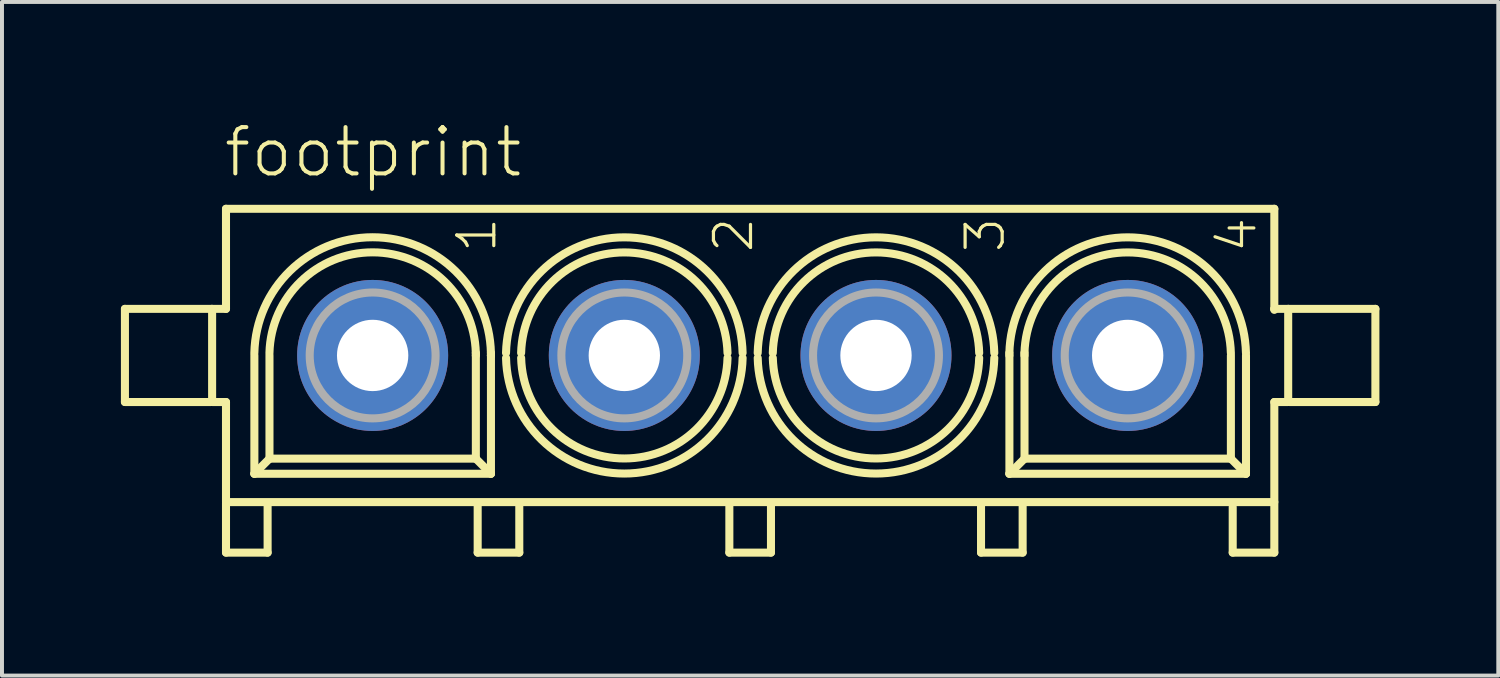
<source format=kicad_pcb>
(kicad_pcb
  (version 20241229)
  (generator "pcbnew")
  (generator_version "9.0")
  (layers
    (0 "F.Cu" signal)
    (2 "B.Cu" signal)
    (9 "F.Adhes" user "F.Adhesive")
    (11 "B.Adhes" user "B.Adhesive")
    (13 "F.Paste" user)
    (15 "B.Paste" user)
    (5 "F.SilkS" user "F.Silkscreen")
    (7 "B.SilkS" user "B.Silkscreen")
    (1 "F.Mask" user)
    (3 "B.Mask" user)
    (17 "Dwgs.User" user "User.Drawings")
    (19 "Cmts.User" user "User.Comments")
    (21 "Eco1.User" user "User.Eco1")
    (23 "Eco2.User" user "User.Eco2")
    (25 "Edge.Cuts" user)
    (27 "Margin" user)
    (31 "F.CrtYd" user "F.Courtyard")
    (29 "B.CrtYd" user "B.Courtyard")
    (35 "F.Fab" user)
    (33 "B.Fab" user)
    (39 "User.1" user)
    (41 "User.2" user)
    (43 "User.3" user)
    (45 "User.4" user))
  (footprint "footprint"
    (layer "F.Cu")
    (at 15.877 5.918)
    (property "Reference" "footprint" (at -13.335 -4.445 0) (layer "F.SilkS") (effects (font (size 1.168 1.168) (thickness 0.102)) (justify left bottom)))
    (fp_line (start -15.775 -1.175) (end -15.775 1.175) (stroke (width 0.203) (type solid)) (layer "F.SilkS"))
    (fp_line (start -15.775 1.175) (end -13.6 1.175) (stroke (width 0.203) (type solid)) (layer "F.SilkS"))
    (fp_line (start -13.6 -1.175) (end -15.775 -1.175) (stroke (width 0.203) (type solid)) (layer "F.SilkS"))
    (fp_line (start -13.575 -1.175) (end -13.225 -1.175) (stroke (width 0.203) (type solid)) (layer "F.SilkS"))
    (fp_line (start -13.575 1.175) (end -13.575 -1.175) (stroke (width 0.203) (type solid)) (layer "F.SilkS"))
    (fp_line (start -13.225 -3.7) (end 13.225 -3.7) (stroke (width 0.203) (type solid)) (layer "F.SilkS"))
    (fp_line (start -13.225 -1.175) (end -13.225 -3.7) (stroke (width 0.203) (type solid)) (layer "F.SilkS"))
    (fp_line (start -13.225 1.175) (end -13.575 1.175) (stroke (width 0.203) (type solid)) (layer "F.SilkS"))
    (fp_line (start -13.225 3.7) (end -13.225 1.175) (stroke (width 0.203) (type solid)) (layer "F.SilkS"))
    (fp_line (start -13.225 3.725) (end -13.225 4.975) (stroke (width 0.203) (type solid)) (layer "F.SilkS"))
    (fp_line (start -13.225 4.975) (end -12.175 4.975) (stroke (width 0.203) (type solid)) (layer "F.SilkS"))
    (fp_line (start -12.509 2.985) (end -12.509 0) (stroke (width 0.203) (type solid)) (layer "F.SilkS"))
    (fp_line (start -12.175 4.975) (end -12.175 3.8) (stroke (width 0.203) (type solid)) (layer "F.SilkS"))
    (fp_line (start -12.128 2.604) (end -12.509 2.985) (stroke (width 0.203) (type solid)) (layer "F.SilkS"))
    (fp_line (start -12.128 2.604) (end -12.128 0) (stroke (width 0.203) (type solid)) (layer "F.SilkS"))
    (fp_line (start -6.922 -0.064) (end -6.922 0) (stroke (width 0.203) (type solid)) (layer "F.SilkS"))
    (fp_line (start -6.921 0) (end -6.921 2.604) (stroke (width 0.203) (type solid)) (layer "F.SilkS"))
    (fp_line (start -6.921 2.604) (end -12.128 2.604) (stroke (width 0.203) (type solid)) (layer "F.SilkS"))
    (fp_line (start -6.921 2.604) (end -6.54 2.985) (stroke (width 0.203) (type solid)) (layer "F.SilkS"))
    (fp_line (start -6.875 4.975) (end -6.875 3.775) (stroke (width 0.203) (type solid)) (layer "F.SilkS"))
    (fp_line (start -6.541 -0.064) (end -6.541 0) (stroke (width 0.203) (type solid)) (layer "F.SilkS"))
    (fp_line (start -6.54 0) (end -6.541 0) (stroke (width 0.203) (type solid)) (layer "F.SilkS"))
    (fp_line (start -6.54 0) (end -6.54 2.985) (stroke (width 0.203) (type solid)) (layer "F.SilkS"))
    (fp_line (start -6.54 2.985) (end -12.509 2.985) (stroke (width 0.203) (type solid)) (layer "F.SilkS"))
    (fp_line (start -5.825 3.775) (end -5.825 4.975) (stroke (width 0.203) (type solid)) (layer "F.SilkS"))
    (fp_line (start -5.825 4.975) (end -6.875 4.975) (stroke (width 0.203) (type solid)) (layer "F.SilkS"))
    (fp_line (start -0.525 4.975) (end -0.525 3.775) (stroke (width 0.203) (type solid)) (layer "F.SilkS"))
    (fp_line (start 0.525 3.775) (end 0.525 4.975) (stroke (width 0.203) (type solid)) (layer "F.SilkS"))
    (fp_line (start 0.525 4.975) (end -0.525 4.975) (stroke (width 0.203) (type solid)) (layer "F.SilkS"))
    (fp_line (start 5.825 4.975) (end 5.825 3.775) (stroke (width 0.203) (type solid)) (layer "F.SilkS"))
    (fp_line (start 6.54 0) (end 6.54 -0.064) (stroke (width 0.203) (type solid)) (layer "F.SilkS"))
    (fp_line (start 6.541 2.985) (end 6.541 0) (stroke (width 0.203) (type solid)) (layer "F.SilkS"))
    (fp_line (start 6.875 3.775) (end 6.875 4.975) (stroke (width 0.203) (type solid)) (layer "F.SilkS"))
    (fp_line (start 6.875 4.975) (end 5.825 4.975) (stroke (width 0.203) (type solid)) (layer "F.SilkS"))
    (fp_line (start 6.921 0) (end 6.921 -0.064) (stroke (width 0.203) (type solid)) (layer "F.SilkS"))
    (fp_line (start 6.922 2.604) (end 6.541 2.985) (stroke (width 0.203) (type solid)) (layer "F.SilkS"))
    (fp_line (start 6.922 2.604) (end 6.922 0) (stroke (width 0.203) (type solid)) (layer "F.SilkS"))
    (fp_line (start 12.129 0) (end 12.129 2.604) (stroke (width 0.203) (type solid)) (layer "F.SilkS"))
    (fp_line (start 12.129 2.604) (end 6.922 2.604) (stroke (width 0.203) (type solid)) (layer "F.SilkS"))
    (fp_line (start 12.129 2.604) (end 12.51 2.985) (stroke (width 0.203) (type solid)) (layer "F.SilkS"))
    (fp_line (start 12.175 4.975) (end 12.175 3.825) (stroke (width 0.203) (type solid)) (layer "F.SilkS"))
    (fp_line (start 12.51 0) (end 12.51 2.985) (stroke (width 0.203) (type solid)) (layer "F.SilkS"))
    (fp_line (start 12.51 2.985) (end 6.541 2.985) (stroke (width 0.203) (type solid)) (layer "F.SilkS"))
    (fp_line (start 13.225 -3.7) (end 13.225 -1.175) (stroke (width 0.203) (type solid)) (layer "F.SilkS"))
    (fp_line (start 13.225 -1.175) (end 13.225 -1.15) (stroke (width 0.203) (type solid)) (layer "F.SilkS"))
    (fp_line (start 13.225 -1.175) (end 13.575 -1.175) (stroke (width 0.203) (type solid)) (layer "F.SilkS"))
    (fp_line (start 13.225 1.175) (end 13.225 3.7) (stroke (width 0.203) (type solid)) (layer "F.SilkS"))
    (fp_line (start 13.225 3.7) (end -13.225 3.7) (stroke (width 0.203) (type solid)) (layer "F.SilkS"))
    (fp_line (start 13.225 3.75) (end 13.225 4.975) (stroke (width 0.203) (type solid)) (layer "F.SilkS"))
    (fp_line (start 13.225 4.975) (end 12.175 4.975) (stroke (width 0.203) (type solid)) (layer "F.SilkS"))
    (fp_line (start 13.575 -1.175) (end 13.575 1.175) (stroke (width 0.203) (type solid)) (layer "F.SilkS"))
    (fp_line (start 13.575 1.175) (end 13.225 1.175) (stroke (width 0.203) (type solid)) (layer "F.SilkS"))
    (fp_line (start 13.6 -1.175) (end 15.775 -1.175) (stroke (width 0.203) (type solid)) (layer "F.SilkS"))
    (fp_line (start 15.775 -1.175) (end 15.775 1.175) (stroke (width 0.203) (type solid)) (layer "F.SilkS"))
    (fp_line (start 15.775 1.175) (end 13.6 1.175) (stroke (width 0.203) (type solid)) (layer "F.SilkS"))
    (fp_arc (start -12.5096 -0.0636) (mid -9.52515 -2.979945) (end -6.5407 -0.0636) (stroke (width 0.2032) (type solid)) (layer "F.SilkS"))
    (fp_arc (start -12.1286 -0.0636) (mid -9.52515 -2.601886) (end -6.9217 -0.0636) (stroke (width 0.2032) (type solid)) (layer "F.SilkS"))
    (fp_arc (start -6.1597 -0.0636) (mid -3.1752 -2.980093) (end -0.1907 -0.0636) (stroke (width 0.2032) (type solid)) (layer "F.SilkS"))
    (fp_arc (start -5.7787 -0.0636) (mid -3.175201 -2.600086) (end -0.5717 -0.063602) (stroke (width 0.2032) (type solid)) (layer "F.SilkS"))
    (fp_arc (start -0.5713 0.0636) (mid -3.174799 2.600086) (end -5.7783 0.063602) (stroke (width 0.2032) (type solid)) (layer "F.SilkS"))
    (fp_arc (start -0.1903 0.0636) (mid -3.1748 2.980093) (end -6.1593 0.0636) (stroke (width 0.2032) (type solid)) (layer "F.SilkS"))
    (fp_arc (start 0.1903 -0.0636) (mid 3.1748 -2.980093) (end 6.1593 -0.0636) (stroke (width 0.2032) (type solid)) (layer "F.SilkS"))
    (fp_arc (start 0.5713 -0.0636) (mid 3.174799 -2.600086) (end 5.7783 -0.063602) (stroke (width 0.2032) (type solid)) (layer "F.SilkS"))
    (fp_arc (start 5.7787 0.0636) (mid 3.175201 2.600086) (end 0.5717 0.063602) (stroke (width 0.2032) (type solid)) (layer "F.SilkS"))
    (fp_arc (start 6.1597 0.0636) (mid 3.1752 2.980093) (end 0.1907 0.0636) (stroke (width 0.2032) (type solid)) (layer "F.SilkS"))
    (fp_arc (start 6.5403 -0.0636) (mid 9.5248 -2.980093) (end 12.5093 -0.0636) (stroke (width 0.2032) (type solid)) (layer "F.SilkS"))
    (fp_arc (start 6.9213 -0.0636) (mid 9.524799 -2.600086) (end 12.1283 -0.063602) (stroke (width 0.2032) (type solid)) (layer "F.SilkS"))
    (fp_circle (center -9.525 0) (end -7.937 0) (stroke (width 0.203) (type solid)) (fill no) (layer "F.Fab"))
    (fp_circle (center -3.175 0) (end -1.587 0) (stroke (width 0.203) (type solid)) (fill no) (layer "F.Fab"))
    (fp_circle (center 3.175 0) (end 4.763 0) (stroke (width 0.203) (type solid)) (fill no) (layer "F.Fab"))
    (fp_circle (center 9.525 0) (end 11.113 0) (stroke (width 0.203) (type solid)) (fill no) (layer "F.Fab"))
    (fp_text user "3" (at 6.477 -2.54 90) (layer "F.SilkS") (effects (font (size 0.935 0.935) (thickness 0.081)) (justify left bottom)))
    (fp_text user "4" (at 12.827 -2.54 90) (layer "F.SilkS") (effects (font (size 0.935 0.935) (thickness 0.081)) (justify left bottom)))
    (fp_text user "1" (at -6.35 -2.54 90) (layer "F.SilkS") (effects (font (size 0.935 0.935) (thickness 0.081)) (justify left bottom)))
    (fp_text user "2" (at 0.127 -2.54 90) (layer "F.SilkS") (effects (font (size 0.935 0.935) (thickness 0.081)) (justify left bottom)))
    (pad "1" thru_hole circle (at -9.525 0) (size 3.81 3.81) (drill 1.8) (layers "*.Cu" "*.Mask"))
    (pad "2" thru_hole circle (at -3.175 0) (size 3.81 3.81) (drill 1.8) (layers "*.Cu" "*.Mask"))
    (pad "3" thru_hole circle (at 3.175 0) (size 3.81 3.81) (drill 1.8) (layers "*.Cu" "*.Mask"))
    (pad "4" thru_hole circle (at 9.525 0) (size 3.81 3.81) (drill 1.8) (layers "*.Cu" "*.Mask")))
  (gr_rect
    (start -3 -3)
    (end 34.753 13.995)
    (stroke (width 0.1) (type default))
    (fill no)
    (layer "Edge.Cuts")))
</source>
